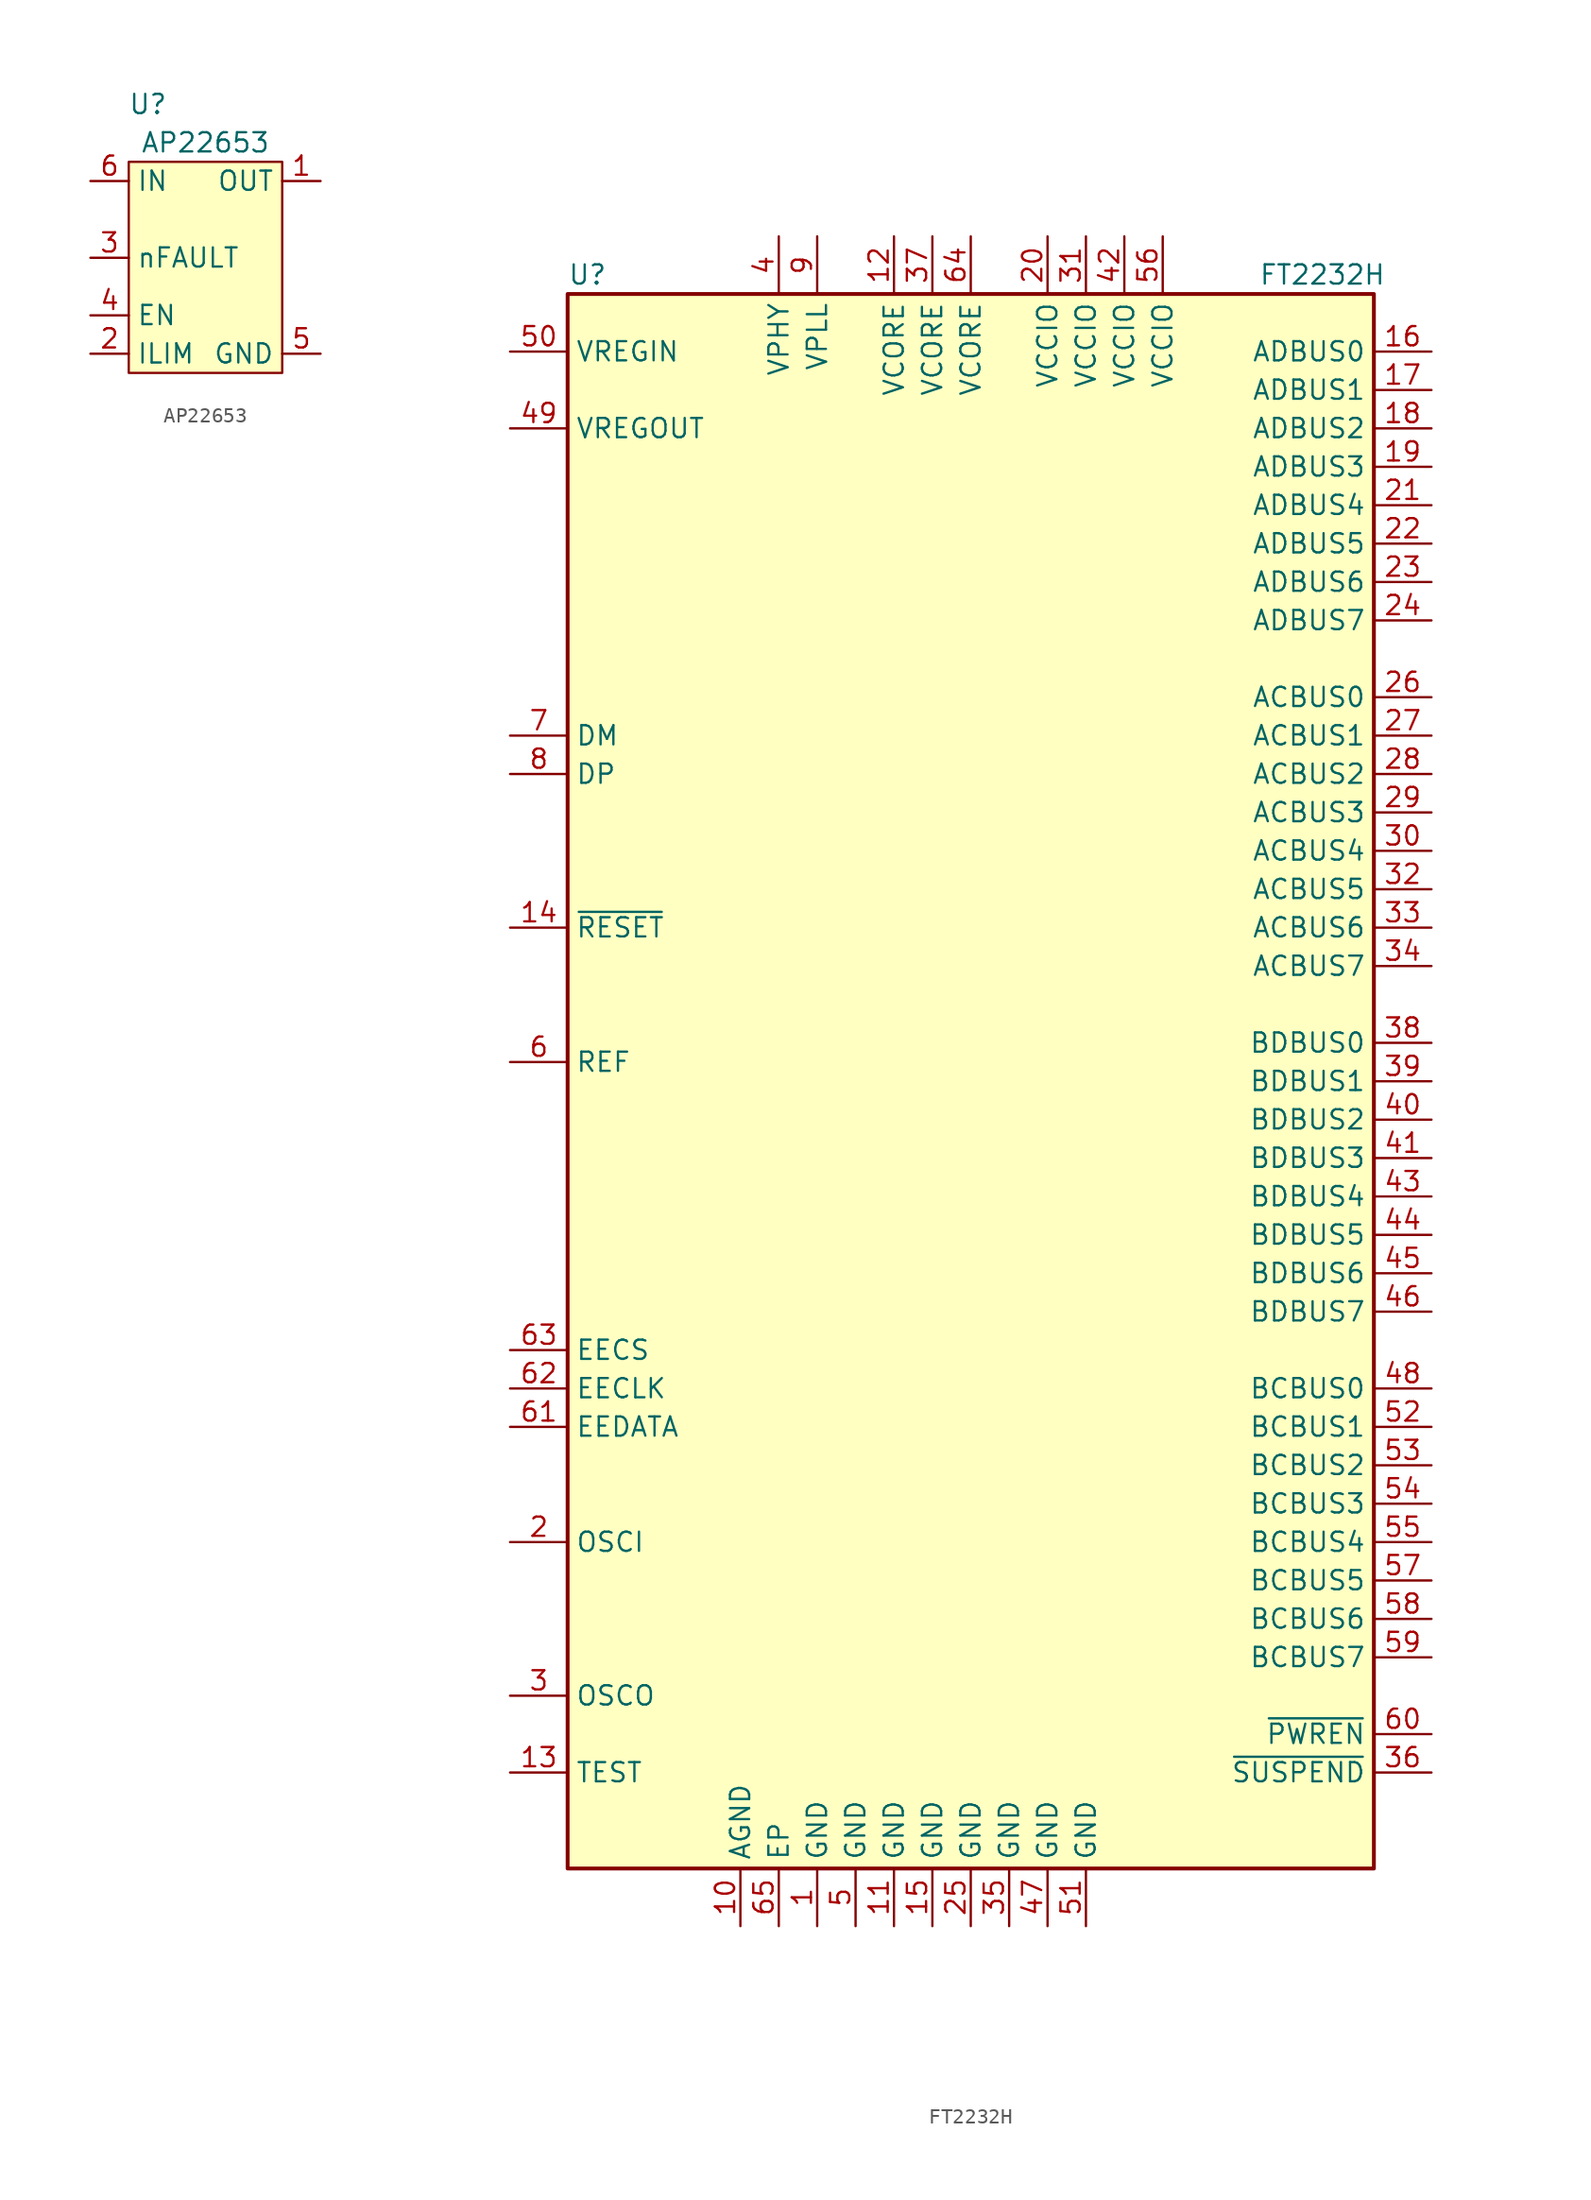
<source format=kicad_sym>
(kicad_symbol_lib
  (version 20211014)
  (generator kicad_symbol_editor)
  (symbol "AP22653"
    (property "Reference" "U"
      (at -3.81 11.43 0)
      (effects (font (size 1.27 1.27))))
    (property "Value" "AP22653"
      (at 0 8.89 0)
      (effects (font (size 1.27 1.27))))
    (symbol "AP22653_0_1"
      (rectangle (start -5.08 7.62) (end 5.08 -6.35) (stroke (width 0) (type default) (color 0 0 0 0)) (fill (type background))))
    (symbol "AP22653_1_1"
      (pin power_out line (at 7.62 6.35 180) (length 2.54) (name "OUT" (effects (font (size 1.27 1.27)))) (number "1" (effects (font (size 1.27 1.27)))))
      (pin bidirectional line (at -7.62 -5.08 0) (length 2.54) (name "ILIM" (effects (font (size 1.27 1.27)))) (number "2" (effects (font (size 1.27 1.27)))))
      (pin output line (at -7.62 1.27 0) (length 2.54) (name "nFAULT" (effects (font (size 1.27 1.27)))) (number "3" (effects (font (size 1.27 1.27)))))
      (pin input line (at -7.62 -2.54 0) (length 2.54) (name "EN" (effects (font (size 1.27 1.27)))) (number "4" (effects (font (size 1.27 1.27)))))
      (pin power_out line (at 7.62 -5.08 180) (length 2.54) (name "GND" (effects (font (size 1.27 1.27)))) (number "5" (effects (font (size 1.27 1.27)))))
      (pin power_in line (at -7.62 6.35 0) (length 2.54) (name "IN" (effects (font (size 1.27 1.27)))) (number "6" (effects (font (size 1.27 1.27)))))))
  (symbol "FT2232H"
    (property "Reference" "U"
      (at -26.67 53.34 0)
      (effects (font (size 1.27 1.27)) (justify left)))
    (property "Value" "FT2232H"
      (at 19.05 53.34 0)
      (effects (font (size 1.27 1.27)) (justify left)))
    (symbol "FT2232H_0_1"
      (rectangle (start -26.67 -52.07) (end 26.67 52.07) (stroke (width 0.254) (type default) (color 0 0 0 0)) (fill (type background))))
    (symbol "FT2232H_1_1"
      (pin power_in line (at -10.16 -55.88 90) (length 3.81) (name "GND" (effects (font (size 1.27 1.27)))) (number "1" (effects (font (size 1.27 1.27)))))
      (pin power_in line (at -15.24 -55.88 90) (length 3.81) (name "AGND" (effects (font (size 1.27 1.27)))) (number "10" (effects (font (size 1.27 1.27)))))
      (pin power_in line (at -5.08 -55.88 90) (length 3.81) (name "GND" (effects (font (size 1.27 1.27)))) (number "11" (effects (font (size 1.27 1.27)))))
      (pin power_in line (at -5.08 55.88 270) (length 3.81) (name "VCORE" (effects (font (size 1.27 1.27)))) (number "12" (effects (font (size 1.27 1.27)))))
      (pin input line (at -30.48 -45.72 0) (length 3.81) (name "TEST" (effects (font (size 1.27 1.27)))) (number "13" (effects (font (size 1.27 1.27)))))
      (pin input line (at -30.48 10.16 0) (length 3.81) (name "~{RESET}" (effects (font (size 1.27 1.27)))) (number "14" (effects (font (size 1.27 1.27)))))
      (pin power_in line (at -2.54 -55.88 90) (length 3.81) (name "GND" (effects (font (size 1.27 1.27)))) (number "15" (effects (font (size 1.27 1.27)))))
      (pin bidirectional line (at 30.48 48.26 180) (length 3.81) (name "ADBUS0" (effects (font (size 1.27 1.27)))) (number "16" (effects (font (size 1.27 1.27)))))
      (pin bidirectional line (at 30.48 45.72 180) (length 3.81) (name "ADBUS1" (effects (font (size 1.27 1.27)))) (number "17" (effects (font (size 1.27 1.27)))))
      (pin bidirectional line (at 30.48 43.18 180) (length 3.81) (name "ADBUS2" (effects (font (size 1.27 1.27)))) (number "18" (effects (font (size 1.27 1.27)))))
      (pin bidirectional line (at 30.48 40.64 180) (length 3.81) (name "ADBUS3" (effects (font (size 1.27 1.27)))) (number "19" (effects (font (size 1.27 1.27)))))
      (pin input line (at -30.48 -30.48 0) (length 3.81) (name "OSCI" (effects (font (size 1.27 1.27)))) (number "2" (effects (font (size 1.27 1.27)))))
      (pin power_in line (at 5.08 55.88 270) (length 3.81) (name "VCCIO" (effects (font (size 1.27 1.27)))) (number "20" (effects (font (size 1.27 1.27)))))
      (pin bidirectional line (at 30.48 38.1 180) (length 3.81) (name "ADBUS4" (effects (font (size 1.27 1.27)))) (number "21" (effects (font (size 1.27 1.27)))))
      (pin bidirectional line (at 30.48 35.56 180) (length 3.81) (name "ADBUS5" (effects (font (size 1.27 1.27)))) (number "22" (effects (font (size 1.27 1.27)))))
      (pin bidirectional line (at 30.48 33.02 180) (length 3.81) (name "ADBUS6" (effects (font (size 1.27 1.27)))) (number "23" (effects (font (size 1.27 1.27)))))
      (pin bidirectional line (at 30.48 30.48 180) (length 3.81) (name "ADBUS7" (effects (font (size 1.27 1.27)))) (number "24" (effects (font (size 1.27 1.27)))))
      (pin power_in line (at 0 -55.88 90) (length 3.81) (name "GND" (effects (font (size 1.27 1.27)))) (number "25" (effects (font (size 1.27 1.27)))))
      (pin bidirectional line (at 30.48 25.4 180) (length 3.81) (name "ACBUS0" (effects (font (size 1.27 1.27)))) (number "26" (effects (font (size 1.27 1.27)))))
      (pin bidirectional line (at 30.48 22.86 180) (length 3.81) (name "ACBUS1" (effects (font (size 1.27 1.27)))) (number "27" (effects (font (size 1.27 1.27)))))
      (pin bidirectional line (at 30.48 20.32 180) (length 3.81) (name "ACBUS2" (effects (font (size 1.27 1.27)))) (number "28" (effects (font (size 1.27 1.27)))))
      (pin bidirectional line (at 30.48 17.78 180) (length 3.81) (name "ACBUS3" (effects (font (size 1.27 1.27)))) (number "29" (effects (font (size 1.27 1.27)))))
      (pin output line (at -30.48 -40.64 0) (length 3.81) (name "OSCO" (effects (font (size 1.27 1.27)))) (number "3" (effects (font (size 1.27 1.27)))))
      (pin bidirectional line (at 30.48 15.24 180) (length 3.81) (name "ACBUS4" (effects (font (size 1.27 1.27)))) (number "30" (effects (font (size 1.27 1.27)))))
      (pin power_in line (at 7.62 55.88 270) (length 3.81) (name "VCCIO" (effects (font (size 1.27 1.27)))) (number "31" (effects (font (size 1.27 1.27)))))
      (pin bidirectional line (at 30.48 12.7 180) (length 3.81) (name "ACBUS5" (effects (font (size 1.27 1.27)))) (number "32" (effects (font (size 1.27 1.27)))))
      (pin bidirectional line (at 30.48 10.16 180) (length 3.81) (name "ACBUS6" (effects (font (size 1.27 1.27)))) (number "33" (effects (font (size 1.27 1.27)))))
      (pin bidirectional line (at 30.48 7.62 180) (length 3.81) (name "ACBUS7" (effects (font (size 1.27 1.27)))) (number "34" (effects (font (size 1.27 1.27)))))
      (pin power_in line (at 2.54 -55.88 90) (length 3.81) (name "GND" (effects (font (size 1.27 1.27)))) (number "35" (effects (font (size 1.27 1.27)))))
      (pin output line (at 30.48 -45.72 180) (length 3.81) (name "~{SUSPEND}" (effects (font (size 1.27 1.27)))) (number "36" (effects (font (size 1.27 1.27)))))
      (pin power_in line (at -2.54 55.88 270) (length 3.81) (name "VCORE" (effects (font (size 1.27 1.27)))) (number "37" (effects (font (size 1.27 1.27)))))
      (pin bidirectional line (at 30.48 2.54 180) (length 3.81) (name "BDBUS0" (effects (font (size 1.27 1.27)))) (number "38" (effects (font (size 1.27 1.27)))))
      (pin bidirectional line (at 30.48 0 180) (length 3.81) (name "BDBUS1" (effects (font (size 1.27 1.27)))) (number "39" (effects (font (size 1.27 1.27)))))
      (pin power_in line (at -12.7 55.88 270) (length 3.81) (name "VPHY" (effects (font (size 1.27 1.27)))) (number "4" (effects (font (size 1.27 1.27)))))
      (pin bidirectional line (at 30.48 -2.54 180) (length 3.81) (name "BDBUS2" (effects (font (size 1.27 1.27)))) (number "40" (effects (font (size 1.27 1.27)))))
      (pin bidirectional line (at 30.48 -5.08 180) (length 3.81) (name "BDBUS3" (effects (font (size 1.27 1.27)))) (number "41" (effects (font (size 1.27 1.27)))))
      (pin power_in line (at 10.16 55.88 270) (length 3.81) (name "VCCIO" (effects (font (size 1.27 1.27)))) (number "42" (effects (font (size 1.27 1.27)))))
      (pin bidirectional line (at 30.48 -7.62 180) (length 3.81) (name "BDBUS4" (effects (font (size 1.27 1.27)))) (number "43" (effects (font (size 1.27 1.27)))))
      (pin bidirectional line (at 30.48 -10.16 180) (length 3.81) (name "BDBUS5" (effects (font (size 1.27 1.27)))) (number "44" (effects (font (size 1.27 1.27)))))
      (pin bidirectional line (at 30.48 -12.7 180) (length 3.81) (name "BDBUS6" (effects (font (size 1.27 1.27)))) (number "45" (effects (font (size 1.27 1.27)))))
      (pin bidirectional line (at 30.48 -15.24 180) (length 3.81) (name "BDBUS7" (effects (font (size 1.27 1.27)))) (number "46" (effects (font (size 1.27 1.27)))))
      (pin power_in line (at 5.08 -55.88 90) (length 3.81) (name "GND" (effects (font (size 1.27 1.27)))) (number "47" (effects (font (size 1.27 1.27)))))
      (pin bidirectional line (at 30.48 -20.32 180) (length 3.81) (name "BCBUS0" (effects (font (size 1.27 1.27)))) (number "48" (effects (font (size 1.27 1.27)))))
      (pin power_out line (at -30.48 43.18 0) (length 3.81) (name "VREGOUT" (effects (font (size 1.27 1.27)))) (number "49" (effects (font (size 1.27 1.27)))))
      (pin power_in line (at -7.62 -55.88 90) (length 3.81) (name "GND" (effects (font (size 1.27 1.27)))) (number "5" (effects (font (size 1.27 1.27)))))
      (pin power_in line (at -30.48 48.26 0) (length 3.81) (name "VREGIN" (effects (font (size 1.27 1.27)))) (number "50" (effects (font (size 1.27 1.27)))))
      (pin power_in line (at 7.62 -55.88 90) (length 3.81) (name "GND" (effects (font (size 1.27 1.27)))) (number "51" (effects (font (size 1.27 1.27)))))
      (pin bidirectional line (at 30.48 -22.86 180) (length 3.81) (name "BCBUS1" (effects (font (size 1.27 1.27)))) (number "52" (effects (font (size 1.27 1.27)))))
      (pin bidirectional line (at 30.48 -25.4 180) (length 3.81) (name "BCBUS2" (effects (font (size 1.27 1.27)))) (number "53" (effects (font (size 1.27 1.27)))))
      (pin bidirectional line (at 30.48 -27.94 180) (length 3.81) (name "BCBUS3" (effects (font (size 1.27 1.27)))) (number "54" (effects (font (size 1.27 1.27)))))
      (pin bidirectional line (at 30.48 -30.48 180) (length 3.81) (name "BCBUS4" (effects (font (size 1.27 1.27)))) (number "55" (effects (font (size 1.27 1.27)))))
      (pin power_in line (at 12.7 55.88 270) (length 3.81) (name "VCCIO" (effects (font (size 1.27 1.27)))) (number "56" (effects (font (size 1.27 1.27)))))
      (pin bidirectional line (at 30.48 -33.02 180) (length 3.81) (name "BCBUS5" (effects (font (size 1.27 1.27)))) (number "57" (effects (font (size 1.27 1.27)))))
      (pin bidirectional line (at 30.48 -35.56 180) (length 3.81) (name "BCBUS6" (effects (font (size 1.27 1.27)))) (number "58" (effects (font (size 1.27 1.27)))))
      (pin bidirectional line (at 30.48 -38.1 180) (length 3.81) (name "BCBUS7" (effects (font (size 1.27 1.27)))) (number "59" (effects (font (size 1.27 1.27)))))
      (pin output line (at -30.48 1.27 0) (length 3.81) (name "REF" (effects (font (size 1.27 1.27)))) (number "6" (effects (font (size 1.27 1.27)))))
      (pin output line (at 30.48 -43.18 180) (length 3.81) (name "~{PWREN}" (effects (font (size 1.27 1.27)))) (number "60" (effects (font (size 1.27 1.27)))))
      (pin bidirectional line (at -30.48 -22.86 0) (length 3.81) (name "EEDATA" (effects (font (size 1.27 1.27)))) (number "61" (effects (font (size 1.27 1.27)))))
      (pin output line (at -30.48 -20.32 0) (length 3.81) (name "EECLK" (effects (font (size 1.27 1.27)))) (number "62" (effects (font (size 1.27 1.27)))))
      (pin output line (at -30.48 -17.78 0) (length 3.81) (name "EECS" (effects (font (size 1.27 1.27)))) (number "63" (effects (font (size 1.27 1.27)))))
      (pin power_in line (at 0 55.88 270) (length 3.81) (name "VCORE" (effects (font (size 1.27 1.27)))) (number "64" (effects (font (size 1.27 1.27)))))
      (pin power_in line (at -12.7 -55.88 90) (length 3.81) (name "EP" (effects (font (size 1.27 1.27)))) (number "65" (effects (font (size 1.27 1.27)))))
      (pin bidirectional line (at -30.48 22.86 0) (length 3.81) (name "DM" (effects (font (size 1.27 1.27)))) (number "7" (effects (font (size 1.27 1.27)))))
      (pin bidirectional line (at -30.48 20.32 0) (length 3.81) (name "DP" (effects (font (size 1.27 1.27)))) (number "8" (effects (font (size 1.27 1.27)))))
      (pin input line (at -10.16 55.88 270) (length 3.81) (name "VPLL" (effects (font (size 1.27 1.27)))) (number "9" (effects (font (size 1.27 1.27))))))))
</source>
